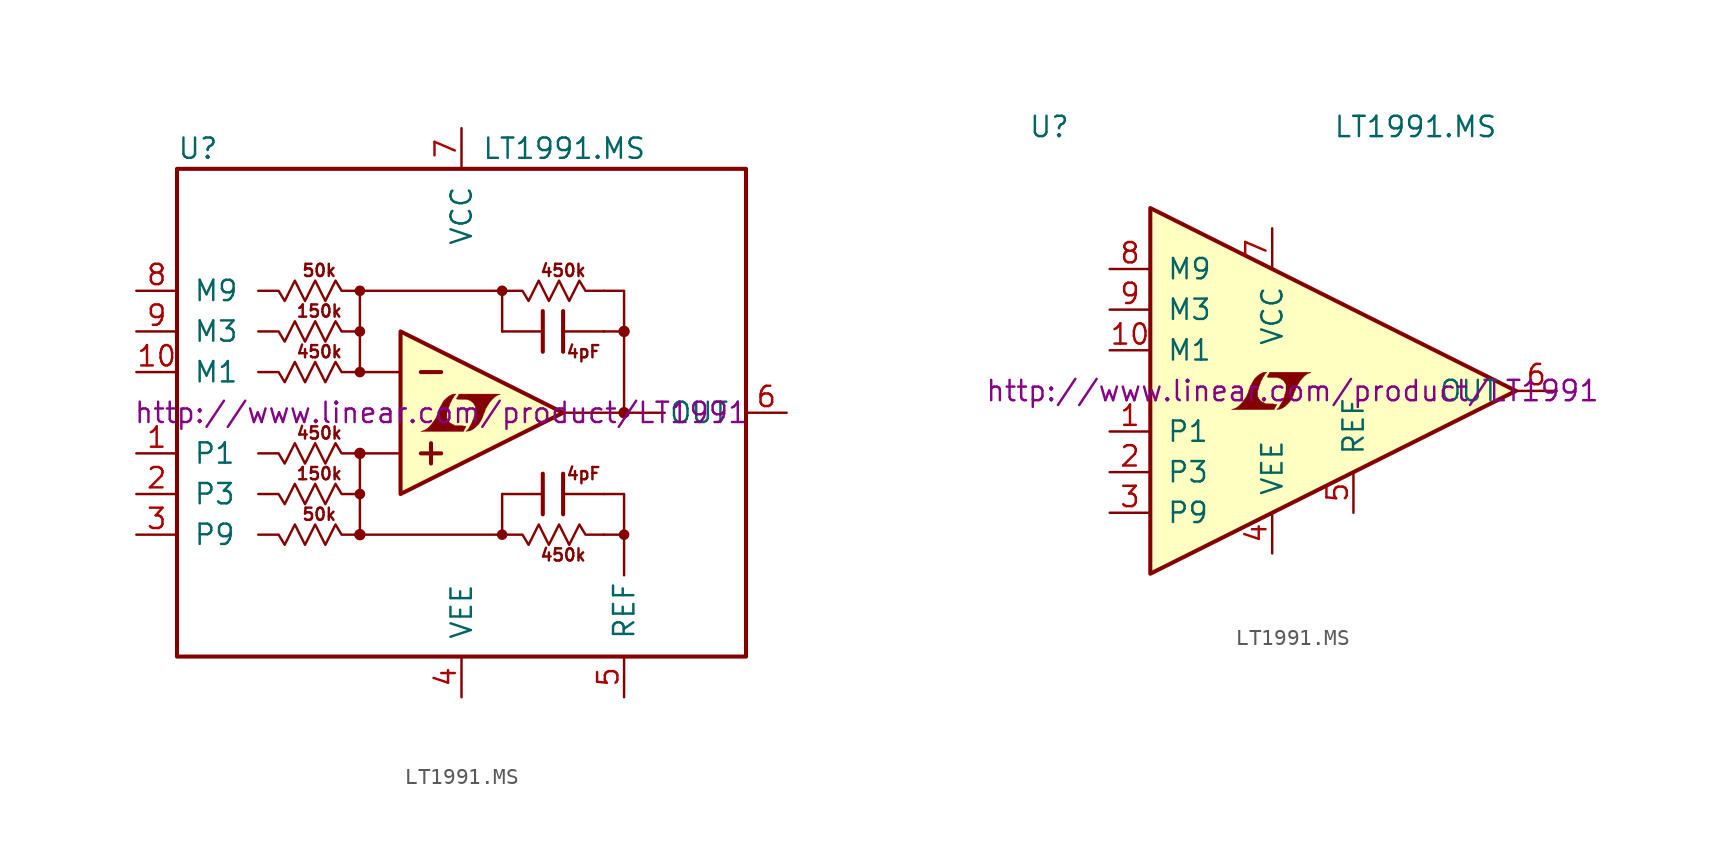
<source format=kicad_sym>
(kicad_symbol_lib
  (version 20201005)
  (generator kicad_symbol_editor)
  (symbol "LT1991.MS"
    (pin_names
      (offset 1.016))
    (property "Reference" "U"
      (at -15.24 16.51 0)
      (effects (font (size 1.27 1.27)) (justify left)))
    (property "Value" "LT1991.MS"
      (at 3.81 16.51 0)
      (effects (font (size 1.27 1.27)) (justify left)))
    (property "Datasheet" "http://www.linear.com/product/LT1991"
      (at 1.27 0 0)
      (effects (font (size 1.27 1.27))))
    (symbol "LT1991.MS_0_1"
      (circle (center -3.81 -7.62) (radius 0.279) (stroke (width 0)) (fill (type outline)))
      (circle (center -3.81 -5.08) (radius 0.254) (stroke (width 0)) (fill (type outline)))
      (circle (center -3.81 -2.54) (radius 0.279) (stroke (width 0)) (fill (type outline)))
      (circle (center -3.81 2.54) (radius 0.254) (stroke (width 0)) (fill (type outline)))
      (circle (center -3.81 5.08) (radius 0.254) (stroke (width 0)) (fill (type outline)))
      (circle (center -3.81 7.62) (radius 0.254) (stroke (width 0)) (fill (type outline)))
      (circle (center 5.08 -7.62) (radius 0.254) (stroke (width 0)) (fill (type outline)))
      (circle (center 5.08 7.62) (radius 0.254) (stroke (width 0)) (fill (type outline)))
      (circle (center 12.7 -7.62) (radius 0.254) (stroke (width 0)) (fill (type outline)))
      (circle (center 12.7 0) (radius 0.279) (stroke (width 0)) (fill (type outline)))
      (circle (center 12.7 5.08) (radius 0.279) (stroke (width 0)) (fill (type outline)))
      (text "150k" (at -6.35 -3.81 0) (effects (font (size 0.762 0.762))))
      (text "150k" (at -6.35 6.35 0) (effects (font (size 0.762 0.762))))
      (text "450k" (at -6.35 -1.27 0) (effects (font (size 0.762 0.762))))
      (text "450k" (at -6.35 3.81 0) (effects (font (size 0.762 0.762))))
      (text "450k" (at 8.89 -8.89 0) (effects (font (size 0.762 0.762))))
      (text "450k" (at 8.89 8.89 0) (effects (font (size 0.762 0.762))))
      (text "4pF" (at 10.16 -3.81 0) (effects (font (size 0.762 0.762))))
      (text "4pF" (at 10.16 3.81 0) (effects (font (size 0.762 0.762))))
      (text "50k" (at -6.35 -6.35 0) (effects (font (size 0.762 0.762))))
      (text "50k" (at -6.35 8.89 0) (effects (font (size 0.762 0.762))))
      (rectangle (start -15.24 15.24) (end 20.32 -15.24) (stroke (width 0.254)) (fill (type none)))
      (polyline (pts (xy 0 -2.54) (xy 1.27 -2.54)) (stroke (width 0.254)) (fill (type none)))
      (polyline (pts (xy 0 2.54) (xy 1.27 2.54)) (stroke (width 0.254)) (fill (type none)))
      (polyline (pts (xy 0.635 -1.905) (xy 0.635 -3.175)) (stroke (width 0.254)) (fill (type none)))
      (polyline (pts (xy 5.08 -5.08) (xy 7.62 -5.08)) (stroke (width 0)) (fill (type none)))
      (polyline (pts (xy 5.08 5.08) (xy 7.62 5.08)) (stroke (width 0)) (fill (type none)))
      (polyline (pts (xy 7.62 -3.81) (xy 7.62 -6.35)) (stroke (width 0.254)) (fill (type none)))
      (polyline (pts (xy 7.62 6.35) (xy 7.62 3.81)) (stroke (width 0.254)) (fill (type none)))
      (polyline (pts (xy 8.89 -5.08) (xy 11.43 -5.08)) (stroke (width 0)) (fill (type none)))
      (polyline (pts (xy 8.89 -3.81) (xy 8.89 -6.35)) (stroke (width 0.254)) (fill (type none)))
      (polyline (pts (xy 8.89 0) (xy 15.24 0)) (stroke (width 0)) (fill (type none)))
      (polyline (pts (xy 8.89 5.08) (xy 11.43 5.08)) (stroke (width 0)) (fill (type none)))
      (polyline (pts (xy 8.89 6.35) (xy 8.89 3.81)) (stroke (width 0.254)) (fill (type none)))
      (polyline (pts (xy 11.43 5.08) (xy 12.7 5.08)) (stroke (width 0)) (fill (type none)))
      (polyline (pts (xy 12.7 -7.62) (xy 12.7 -10.16)) (stroke (width 0)) (fill (type none)))
      (polyline (pts (xy 11.43 7.62) (xy 12.7 7.62) (xy 12.7 0)) (stroke (width 0)) (fill (type none)))
      (polyline (pts (xy -1.27 -5.08) (xy -1.27 5.08) (xy 8.89 0) (xy -1.27 -5.08)) (stroke (width 0.254)) (fill (type background)))
      (polyline (pts (xy 11.43 -5.08) (xy 12.7 -5.08) (xy 12.7 -7.62) (xy 11.43 -7.62)) (stroke (width 0)) (fill (type none)))
      (polyline (pts (xy -1.27 -2.54) (xy -3.81 -2.54) (xy -3.81 -7.62) (xy 5.08 -7.62) (xy 5.08 -5.08)) (stroke (width 0)) (fill (type none)))
      (polyline (pts (xy -1.27 2.54) (xy -3.81 2.54) (xy -3.81 7.62) (xy 5.08 7.62) (xy 5.08 5.08)) (stroke (width 0)) (fill (type none)))
      (polyline (pts (xy -10.16 -7.62) (xy -8.89 -7.62) (xy -8.509 -8.255) (xy -7.874 -6.985) (xy -7.239 -8.255) (xy -6.604 -6.985) (xy -5.969 -8.255) (xy -5.334 -6.985) (xy -4.953 -7.62) (xy -3.81 -7.62)) (stroke (width 0)) (fill (type none)))
      (polyline (pts (xy -10.16 -5.08) (xy -8.89 -5.08) (xy -8.509 -5.715) (xy -7.874 -4.445) (xy -7.239 -5.715) (xy -6.604 -4.445) (xy -5.969 -5.715) (xy -5.334 -4.445) (xy -4.953 -5.08) (xy -3.81 -5.08)) (stroke (width 0)) (fill (type none)))
      (polyline (pts (xy -10.16 -2.54) (xy -8.89 -2.54) (xy -8.509 -3.175) (xy -7.874 -1.905) (xy -7.239 -3.175) (xy -6.604 -1.905) (xy -5.969 -3.175) (xy -5.334 -1.905) (xy -4.953 -2.54) (xy -3.81 -2.54)) (stroke (width 0)) (fill (type none)))
      (polyline (pts (xy -10.16 2.54) (xy -8.89 2.54) (xy -8.509 1.905) (xy -7.874 3.175) (xy -7.239 1.905) (xy -6.604 3.175) (xy -5.969 1.905) (xy -5.334 3.175) (xy -4.953 2.54) (xy -3.81 2.54)) (stroke (width 0)) (fill (type none)))
      (polyline (pts (xy -10.16 5.08) (xy -8.89 5.08) (xy -8.509 4.445) (xy -7.874 5.715) (xy -7.239 4.445) (xy -6.604 5.715) (xy -5.969 4.445) (xy -5.334 5.715) (xy -4.953 5.08) (xy -3.81 5.08)) (stroke (width 0)) (fill (type none)))
      (polyline (pts (xy -10.16 7.62) (xy -8.89 7.62) (xy -8.509 6.985) (xy -7.874 8.255) (xy -7.239 6.985) (xy -6.604 8.255) (xy -5.969 6.985) (xy -5.334 8.255) (xy -4.953 7.62) (xy -3.81 7.62)) (stroke (width 0)) (fill (type none)))
      (polyline (pts (xy 5.08 -7.62) (xy 6.35 -7.62) (xy 6.731 -8.255) (xy 7.366 -6.985) (xy 8.001 -8.255) (xy 8.636 -6.985) (xy 9.271 -8.255) (xy 9.906 -6.985) (xy 10.287 -7.62) (xy 11.43 -7.62)) (stroke (width 0)) (fill (type none)))
      (polyline (pts (xy 5.08 7.62) (xy 6.35 7.62) (xy 6.731 6.985) (xy 7.366 8.255) (xy 8.001 6.985) (xy 8.636 8.255) (xy 9.271 6.985) (xy 9.906 8.255) (xy 10.287 7.62) (xy 11.43 7.62)) (stroke (width 0)) (fill (type none)))
      (polyline (pts (xy 2.743 -0.991) (xy 2.769 -0.965) (xy 2.819 -0.864) (xy 2.819 -0.838) (xy 2.692 -0.838) (xy 2.591 -0.813) (xy 2.134 -0.813) (xy 2.108 -0.787) (xy 1.854 -0.66) (xy 1.753 -0.559) (xy 1.676 -0.432) (xy 1.626 -0.33) (xy 1.626 -0.025) (xy 1.676 0.127) (xy 1.702 0.229) (xy 1.727 0.305) (xy 1.778 0.432) (xy 1.829 0.584) (xy 1.905 0.711) (xy 1.956 0.838) (xy 2.032 0.94) (xy 2.083 1.041) (xy 2.21 1.168) (xy 2.032 1.168) (xy 1.905 1.118) (xy 1.803 1.067) (xy 1.727 1.016) (xy 1.6 0.914) (xy 1.422 0.737) (xy 1.168 0.279) (xy 1.067 0) (xy 1.067 -0.051) (xy 1.016 -0.152) (xy 0.965 -0.279) (xy 0.914 -0.381) (xy 0.787 -0.559) (xy 0.635 -0.762) (xy 0.483 -0.914) (xy 0.33 -1.041) (xy 0.152 -1.118) (xy 0 -1.168) (xy 2.667 -1.168) (xy 2.743 -0.991)) (stroke (width 0.025)) (fill (type outline)))
      (polyline (pts (xy 2.946 -1.143) (xy 3.023 -1.143) (xy 3.2 -1.067) (xy 3.353 -0.965) (xy 3.632 -0.686) (xy 3.759 -0.483) (xy 3.861 -0.279) (xy 3.937 -0.025) (xy 3.962 -0.025) (xy 4.039 0.229) (xy 4.293 0.635) (xy 4.445 0.813) (xy 4.597 0.965) (xy 4.75 1.067) (xy 4.928 1.143) (xy 4.953 1.143) (xy 4.953 1.168) (xy 2.388 1.168) (xy 2.311 1.016) (xy 2.286 0.991) (xy 2.235 0.889) (xy 2.21 0.864) (xy 2.261 0.864) (xy 2.311 0.838) (xy 2.845 0.838) (xy 2.896 0.813) (xy 2.946 0.813) (xy 3.023 0.787) (xy 3.15 0.711) (xy 3.277 0.61) (xy 3.353 0.483) (xy 3.378 0.432) (xy 3.404 0.406) (xy 3.404 0) (xy 3.378 -0.051) (xy 3.378 -0.127) (xy 3.327 -0.229) (xy 3.302 -0.356) (xy 3.226 -0.508) (xy 3.175 -0.66) (xy 3.023 -0.914) (xy 2.972 -1.016) (xy 2.819 -1.168) (xy 2.946 -1.143)) (stroke (width 0.025)) (fill (type outline))))
    (symbol "LT1991.MS_0_2"
      (polyline (pts (xy 15.24 0) (xy -7.62 -11.43) (xy -7.62 11.43) (xy 15.24 0)) (stroke (width 0.254)) (fill (type background)))
      (polyline (pts (xy 0.203 -0.991) (xy 0.229 -0.965) (xy 0.279 -0.864) (xy 0.279 -0.838) (xy 0.152 -0.838) (xy 0.051 -0.813) (xy -0.406 -0.813) (xy -0.432 -0.787) (xy -0.686 -0.66) (xy -0.787 -0.559) (xy -0.864 -0.432) (xy -0.914 -0.33) (xy -0.914 -0.025) (xy -0.864 0.127) (xy -0.838 0.229) (xy -0.813 0.305) (xy -0.762 0.432) (xy -0.711 0.584) (xy -0.635 0.711) (xy -0.584 0.838) (xy -0.508 0.94) (xy -0.457 1.041) (xy -0.33 1.168) (xy -0.508 1.168) (xy -0.635 1.118) (xy -0.737 1.067) (xy -0.813 1.016) (xy -0.94 0.914) (xy -1.118 0.737) (xy -1.372 0.279) (xy -1.473 0) (xy -1.473 -0.051) (xy -1.524 -0.152) (xy -1.575 -0.279) (xy -1.626 -0.381) (xy -1.753 -0.559) (xy -1.905 -0.762) (xy -2.057 -0.914) (xy -2.21 -1.041) (xy -2.388 -1.118) (xy -2.54 -1.168) (xy 0.127 -1.168) (xy 0.203 -0.991)) (stroke (width 0.025)) (fill (type outline)))
      (polyline (pts (xy 0.406 -1.143) (xy 0.483 -1.143) (xy 0.66 -1.067) (xy 0.813 -0.965) (xy 1.092 -0.686) (xy 1.219 -0.483) (xy 1.321 -0.279) (xy 1.397 -0.025) (xy 1.422 -0.025) (xy 1.499 0.229) (xy 1.753 0.635) (xy 1.905 0.813) (xy 2.057 0.965) (xy 2.21 1.067) (xy 2.388 1.143) (xy 2.413 1.143) (xy 2.413 1.168) (xy -0.152 1.168) (xy -0.229 1.016) (xy -0.254 0.991) (xy -0.305 0.889) (xy -0.33 0.864) (xy -0.279 0.864) (xy -0.229 0.838) (xy 0.305 0.838) (xy 0.356 0.813) (xy 0.406 0.813) (xy 0.483 0.787) (xy 0.61 0.711) (xy 0.737 0.61) (xy 0.813 0.483) (xy 0.838 0.432) (xy 0.864 0.406) (xy 0.864 0) (xy 0.838 -0.051) (xy 0.838 -0.127) (xy 0.787 -0.229) (xy 0.762 -0.356) (xy 0.686 -0.508) (xy 0.635 -0.66) (xy 0.483 -0.914) (xy 0.432 -1.016) (xy 0.279 -1.168) (xy 0.406 -1.143)) (stroke (width 0.025)) (fill (type outline))))
    (symbol "LT1991.MS_1_1"
      (pin input line (at -17.78 -2.54 0) (length 2.54) (name "P1" (effects (font (size 1.27 1.27)))) (number "1" (effects (font (size 1.27 1.27)))))
      (pin input line (at -17.78 -5.08 0) (length 2.54) (name "P3" (effects (font (size 1.27 1.27)))) (number "2" (effects (font (size 1.27 1.27)))))
      (pin input line (at -17.78 -7.62 0) (length 2.54) (name "P9" (effects (font (size 1.27 1.27)))) (number "3" (effects (font (size 1.27 1.27)))))
      (pin power_in line (at 2.54 -17.78 90) (length 2.54) (name "VEE" (effects (font (size 1.27 1.27)))) (number "4" (effects (font (size 1.27 1.27)))))
      (pin input line (at 12.7 -17.78 90) (length 2.54) (name "REF" (effects (font (size 1.27 1.27)))) (number "5" (effects (font (size 1.27 1.27)))))
      (pin output line (at 22.86 0 180) (length 2.54) (name "OUT" (effects (font (size 1.27 1.27)))) (number "6" (effects (font (size 1.27 1.27)))))
      (pin power_in line (at 2.54 17.78 270) (length 2.54) (name "VCC" (effects (font (size 1.27 1.27)))) (number "7" (effects (font (size 1.27 1.27)))))
      (pin input line (at -17.78 7.62 0) (length 2.54) (name "M9" (effects (font (size 1.27 1.27)))) (number "8" (effects (font (size 1.27 1.27)))))
      (pin input line (at -17.78 5.08 0) (length 2.54) (name "M3" (effects (font (size 1.27 1.27)))) (number "9" (effects (font (size 1.27 1.27)))))
      (pin input line (at -17.78 2.54 0) (length 2.54) (name "M1" (effects (font (size 1.27 1.27)))) (number "10" (effects (font (size 1.27 1.27))))))
    (symbol "LT1991.MS_1_2"
      (pin input line (at -10.16 -2.54 0) (length 2.54) (name "P1" (effects (font (size 1.27 1.27)))) (number "1" (effects (font (size 1.27 1.27)))))
      (pin input line (at -10.16 -5.08 0) (length 2.54) (name "P3" (effects (font (size 1.27 1.27)))) (number "2" (effects (font (size 1.27 1.27)))))
      (pin input line (at -10.16 -7.62 0) (length 2.54) (name "P9" (effects (font (size 1.27 1.27)))) (number "3" (effects (font (size 1.27 1.27)))))
      (pin power_in line (at 0 -10.16 90) (length 2.54) (name "VEE" (effects (font (size 1.27 1.27)))) (number "4" (effects (font (size 1.27 1.27)))))
      (pin input line (at 5.08 -7.62 90) (length 2.54) (name "REF" (effects (font (size 1.27 1.27)))) (number "5" (effects (font (size 1.27 1.27)))))
      (pin output line (at 17.78 0 180) (length 2.54) (name "OUT" (effects (font (size 1.27 1.27)))) (number "6" (effects (font (size 1.27 1.27)))))
      (pin power_in line (at 0 10.16 270) (length 2.54) (name "VCC" (effects (font (size 1.27 1.27)))) (number "7" (effects (font (size 1.27 1.27)))))
      (pin input line (at -10.16 7.62 0) (length 2.54) (name "M9" (effects (font (size 1.27 1.27)))) (number "8" (effects (font (size 1.27 1.27)))))
      (pin input line (at -10.16 5.08 0) (length 2.54) (name "M3" (effects (font (size 1.27 1.27)))) (number "9" (effects (font (size 1.27 1.27)))))
      (pin input line (at -10.16 2.54 0) (length 2.54) (name "M1" (effects (font (size 1.27 1.27)))) (number "10" (effects (font (size 1.27 1.27))))))))
</source>
